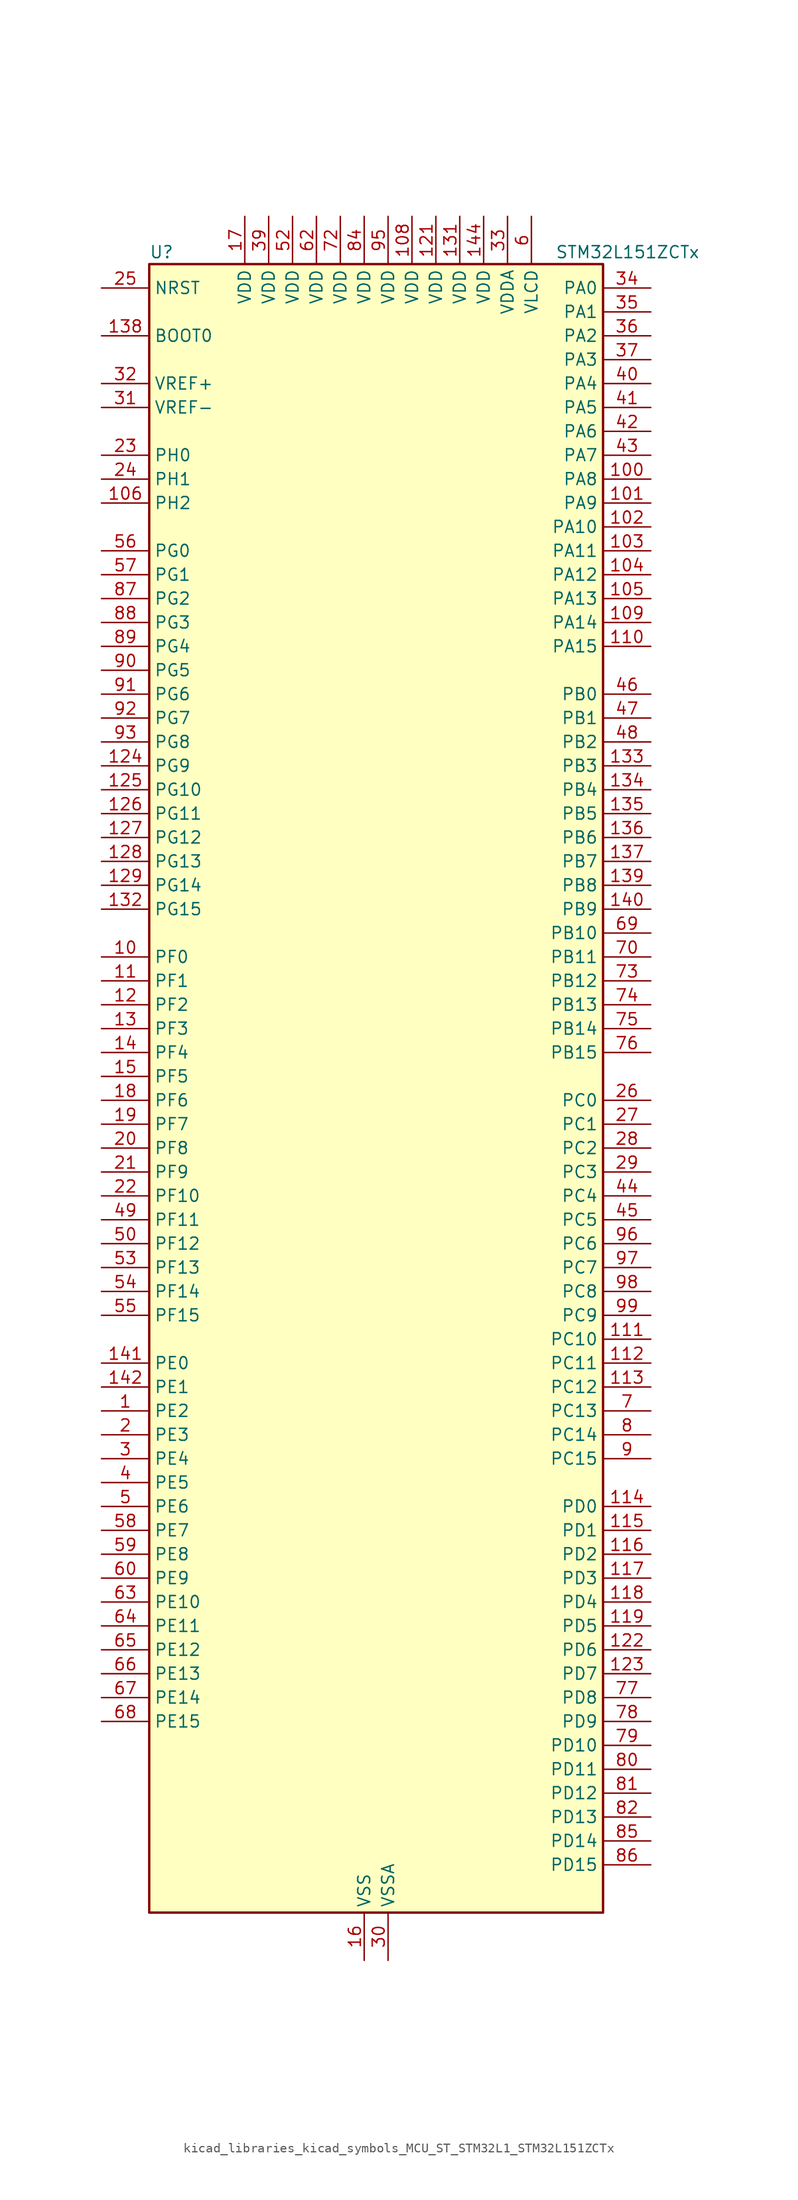
<source format=kicad_sym>
(kicad_symbol_lib
  (version 20220914)
  (generator kicad_symbol_editor)
  (symbol "kicad_libraries_kicad_symbols_MCU_ST_STM32L1_STM32L151ZCTx"
    (property "Reference" "U"
      (at -22.86 90.17 0)
      (effects (font (size 1.27 1.27)) (justify left)))
    (property "Value" "STM32L151ZCTx"
      (at 20.32 90.17 0)
      (effects (font (size 1.27 1.27)) (justify left)))
    (property "ki_locked" ""
      (at 0 0 0)
      (effects (font (size 1.27 1.27))))
    (symbol "kicad_libraries_kicad_symbols_MCU_ST_STM32L1_STM32L151ZCTx_0_1"
      (rectangle (start -22.86 -86.36) (end 25.4 88.9) (stroke (width 0.254) (type default)) (fill (type background))))
    (symbol "kicad_libraries_kicad_symbols_MCU_ST_STM32L1_STM32L151ZCTx_1_1"
      (pin bidirectional line (at -27.94 -33.02 0) (length 5.08) (name "PE2" (effects (font (size 1.27 1.27)))) (number "1" (effects (font (size 1.27 1.27)))) (alternate "SYS_TRACECK" bidirectional line) (alternate "TIM3_ETR" bidirectional line) (alternate "TIMX_IC3" bidirectional line))
      (pin bidirectional line (at -27.94 15.24 0) (length 5.08) (name "PF0" (effects (font (size 1.27 1.27)))) (number "10" (effects (font (size 1.27 1.27)))))
      (pin bidirectional line (at 30.48 66.04 180) (length 5.08) (name "PA8" (effects (font (size 1.27 1.27)))) (number "100" (effects (font (size 1.27 1.27)))) (alternate "RCC_MCO" bidirectional line) (alternate "TIMX_IC1" bidirectional line) (alternate "TS_G4_IO1" bidirectional line) (alternate "USART1_CK" bidirectional line))
      (pin bidirectional line (at 30.48 63.5 180) (length 5.08) (name "PA9" (effects (font (size 1.27 1.27)))) (number "101" (effects (font (size 1.27 1.27)))) (alternate "DAC_EXTI9" bidirectional line) (alternate "TIMX_IC2" bidirectional line) (alternate "TS_G4_IO2" bidirectional line) (alternate "USART1_TX" bidirectional line))
      (pin bidirectional line (at 30.48 60.96 180) (length 5.08) (name "PA10" (effects (font (size 1.27 1.27)))) (number "102" (effects (font (size 1.27 1.27)))) (alternate "TIMX_IC3" bidirectional line) (alternate "TS_G4_IO3" bidirectional line) (alternate "USART1_RX" bidirectional line))
      (pin bidirectional line (at 30.48 58.42 180) (length 5.08) (name "PA11" (effects (font (size 1.27 1.27)))) (number "103" (effects (font (size 1.27 1.27)))) (alternate "ADC_EXTI11" bidirectional line) (alternate "SPI1_MISO" bidirectional line) (alternate "TIMX_IC4" bidirectional line) (alternate "USART1_CTS" bidirectional line) (alternate "USB_DM" bidirectional line))
      (pin bidirectional line (at 30.48 55.88 180) (length 5.08) (name "PA12" (effects (font (size 1.27 1.27)))) (number "104" (effects (font (size 1.27 1.27)))) (alternate "SPI1_MOSI" bidirectional line) (alternate "TIMX_IC1" bidirectional line) (alternate "USART1_RTS" bidirectional line) (alternate "USB_DP" bidirectional line))
      (pin bidirectional line (at 30.48 53.34 180) (length 5.08) (name "PA13" (effects (font (size 1.27 1.27)))) (number "105" (effects (font (size 1.27 1.27)))) (alternate "SYS_JTMS-SWDIO" bidirectional line) (alternate "TIMX_IC2" bidirectional line) (alternate "TS_G5_IO1" bidirectional line))
      (pin bidirectional line (at -27.94 63.5 0) (length 5.08) (name "PH2" (effects (font (size 1.27 1.27)))) (number "106" (effects (font (size 1.27 1.27)))))
      (pin passive line (at 0 -91.44 90) (length 5.08) hide (name "VSS" (effects (font (size 1.27 1.27)))) (number "107" (effects (font (size 1.27 1.27)))))
      (pin power_in line (at 5.08 93.98 270) (length 5.08) (name "VDD" (effects (font (size 1.27 1.27)))) (number "108" (effects (font (size 1.27 1.27)))))
      (pin bidirectional line (at 30.48 50.8 180) (length 5.08) (name "PA14" (effects (font (size 1.27 1.27)))) (number "109" (effects (font (size 1.27 1.27)))) (alternate "SYS_JTCK-SWCLK" bidirectional line) (alternate "TIMX_IC3" bidirectional line) (alternate "TS_G5_IO2" bidirectional line))
      (pin bidirectional line (at -27.94 12.7 0) (length 5.08) (name "PF1" (effects (font (size 1.27 1.27)))) (number "11" (effects (font (size 1.27 1.27)))))
      (pin bidirectional line (at 30.48 48.26 180) (length 5.08) (name "PA15" (effects (font (size 1.27 1.27)))) (number "110" (effects (font (size 1.27 1.27)))) (alternate "ADC_EXTI15" bidirectional line) (alternate "I2S3_WS" bidirectional line) (alternate "SPI1_NSS" bidirectional line) (alternate "SPI3_NSS" bidirectional line) (alternate "SYS_JTDI" bidirectional line) (alternate "TIM2_CH1" bidirectional line) (alternate "TIM2_ETR" bidirectional line) (alternate "TIMX_IC4" bidirectional line) (alternate "TS_G5_IO3" bidirectional line))
      (pin bidirectional line (at 30.48 -25.4 180) (length 5.08) (name "PC10" (effects (font (size 1.27 1.27)))) (number "111" (effects (font (size 1.27 1.27)))) (alternate "I2S3_CK" bidirectional line) (alternate "SPI3_SCK" bidirectional line) (alternate "TIMX_IC3" bidirectional line) (alternate "USART3_TX" bidirectional line))
      (pin bidirectional line (at 30.48 -27.94 180) (length 5.08) (name "PC11" (effects (font (size 1.27 1.27)))) (number "112" (effects (font (size 1.27 1.27)))) (alternate "ADC_EXTI11" bidirectional line) (alternate "SPI3_MISO" bidirectional line) (alternate "TIMX_IC4" bidirectional line) (alternate "USART3_RX" bidirectional line))
      (pin bidirectional line (at 30.48 -30.48 180) (length 5.08) (name "PC12" (effects (font (size 1.27 1.27)))) (number "113" (effects (font (size 1.27 1.27)))) (alternate "I2S3_SD" bidirectional line) (alternate "SPI3_MOSI" bidirectional line) (alternate "TIMX_IC1" bidirectional line) (alternate "USART3_CK" bidirectional line))
      (pin bidirectional line (at 30.48 -43.18 180) (length 5.08) (name "PD0" (effects (font (size 1.27 1.27)))) (number "114" (effects (font (size 1.27 1.27)))) (alternate "I2S2_WS" bidirectional line) (alternate "SPI2_NSS" bidirectional line) (alternate "TIM9_CH1" bidirectional line) (alternate "TIMX_IC1" bidirectional line))
      (pin bidirectional line (at 30.48 -45.72 180) (length 5.08) (name "PD1" (effects (font (size 1.27 1.27)))) (number "115" (effects (font (size 1.27 1.27)))) (alternate "I2S2_CK" bidirectional line) (alternate "SPI2_SCK" bidirectional line) (alternate "TIMX_IC2" bidirectional line))
      (pin bidirectional line (at 30.48 -48.26 180) (length 5.08) (name "PD2" (effects (font (size 1.27 1.27)))) (number "116" (effects (font (size 1.27 1.27)))) (alternate "TIM3_ETR" bidirectional line) (alternate "TIMX_IC3" bidirectional line))
      (pin bidirectional line (at 30.48 -50.8 180) (length 5.08) (name "PD3" (effects (font (size 1.27 1.27)))) (number "117" (effects (font (size 1.27 1.27)))) (alternate "SPI2_MISO" bidirectional line) (alternate "TIMX_IC4" bidirectional line) (alternate "USART2_CTS" bidirectional line))
      (pin bidirectional line (at 30.48 -53.34 180) (length 5.08) (name "PD4" (effects (font (size 1.27 1.27)))) (number "118" (effects (font (size 1.27 1.27)))) (alternate "I2S2_SD" bidirectional line) (alternate "SPI2_MOSI" bidirectional line) (alternate "TIMX_IC1" bidirectional line) (alternate "USART2_RTS" bidirectional line))
      (pin bidirectional line (at 30.48 -55.88 180) (length 5.08) (name "PD5" (effects (font (size 1.27 1.27)))) (number "119" (effects (font (size 1.27 1.27)))) (alternate "TIMX_IC2" bidirectional line) (alternate "USART2_TX" bidirectional line))
      (pin bidirectional line (at -27.94 10.16 0) (length 5.08) (name "PF2" (effects (font (size 1.27 1.27)))) (number "12" (effects (font (size 1.27 1.27)))))
      (pin passive line (at 0 -91.44 90) (length 5.08) hide (name "VSS" (effects (font (size 1.27 1.27)))) (number "120" (effects (font (size 1.27 1.27)))))
      (pin power_in line (at 7.62 93.98 270) (length 5.08) (name "VDD" (effects (font (size 1.27 1.27)))) (number "121" (effects (font (size 1.27 1.27)))))
      (pin bidirectional line (at 30.48 -58.42 180) (length 5.08) (name "PD6" (effects (font (size 1.27 1.27)))) (number "122" (effects (font (size 1.27 1.27)))) (alternate "TIMX_IC3" bidirectional line) (alternate "USART2_RX" bidirectional line))
      (pin bidirectional line (at 30.48 -60.96 180) (length 5.08) (name "PD7" (effects (font (size 1.27 1.27)))) (number "123" (effects (font (size 1.27 1.27)))) (alternate "TIM9_CH2" bidirectional line) (alternate "TIMX_IC4" bidirectional line) (alternate "USART2_CK" bidirectional line))
      (pin bidirectional line (at -27.94 35.56 0) (length 5.08) (name "PG9" (effects (font (size 1.27 1.27)))) (number "124" (effects (font (size 1.27 1.27)))) (alternate "DAC_EXTI9" bidirectional line))
      (pin bidirectional line (at -27.94 33.02 0) (length 5.08) (name "PG10" (effects (font (size 1.27 1.27)))) (number "125" (effects (font (size 1.27 1.27)))))
      (pin bidirectional line (at -27.94 30.48 0) (length 5.08) (name "PG11" (effects (font (size 1.27 1.27)))) (number "126" (effects (font (size 1.27 1.27)))) (alternate "ADC_EXTI11" bidirectional line))
      (pin bidirectional line (at -27.94 27.94 0) (length 5.08) (name "PG12" (effects (font (size 1.27 1.27)))) (number "127" (effects (font (size 1.27 1.27)))))
      (pin bidirectional line (at -27.94 25.4 0) (length 5.08) (name "PG13" (effects (font (size 1.27 1.27)))) (number "128" (effects (font (size 1.27 1.27)))))
      (pin bidirectional line (at -27.94 22.86 0) (length 5.08) (name "PG14" (effects (font (size 1.27 1.27)))) (number "129" (effects (font (size 1.27 1.27)))))
      (pin bidirectional line (at -27.94 7.62 0) (length 5.08) (name "PF3" (effects (font (size 1.27 1.27)))) (number "13" (effects (font (size 1.27 1.27)))))
      (pin passive line (at 0 -91.44 90) (length 5.08) hide (name "VSS" (effects (font (size 1.27 1.27)))) (number "130" (effects (font (size 1.27 1.27)))))
      (pin power_in line (at 10.16 93.98 270) (length 5.08) (name "VDD" (effects (font (size 1.27 1.27)))) (number "131" (effects (font (size 1.27 1.27)))))
      (pin bidirectional line (at -27.94 20.32 0) (length 5.08) (name "PG15" (effects (font (size 1.27 1.27)))) (number "132" (effects (font (size 1.27 1.27)))) (alternate "ADC_EXTI15" bidirectional line))
      (pin bidirectional line (at 30.48 35.56 180) (length 5.08) (name "PB3" (effects (font (size 1.27 1.27)))) (number "133" (effects (font (size 1.27 1.27)))) (alternate "COMP2_INM" bidirectional line) (alternate "I2S3_CK" bidirectional line) (alternate "SPI1_SCK" bidirectional line) (alternate "SPI3_SCK" bidirectional line) (alternate "SYS_JTDO-TRACESWO" bidirectional line) (alternate "TIM2_CH2" bidirectional line))
      (pin bidirectional line (at 30.48 33.02 180) (length 5.08) (name "PB4" (effects (font (size 1.27 1.27)))) (number "134" (effects (font (size 1.27 1.27)))) (alternate "COMP2_INP" bidirectional line) (alternate "SPI1_MISO" bidirectional line) (alternate "SPI3_MISO" bidirectional line) (alternate "SYS_JTRST" bidirectional line) (alternate "TIM3_CH1" bidirectional line) (alternate "TS_G6_IO1" bidirectional line))
      (pin bidirectional line (at 30.48 30.48 180) (length 5.08) (name "PB5" (effects (font (size 1.27 1.27)))) (number "135" (effects (font (size 1.27 1.27)))) (alternate "COMP2_INP" bidirectional line) (alternate "I2C1_SMBA" bidirectional line) (alternate "I2S3_SD" bidirectional line) (alternate "SPI1_MOSI" bidirectional line) (alternate "SPI3_MOSI" bidirectional line) (alternate "TIM3_CH2" bidirectional line) (alternate "TS_G6_IO2" bidirectional line))
      (pin bidirectional line (at 30.48 27.94 180) (length 5.08) (name "PB6" (effects (font (size 1.27 1.27)))) (number "136" (effects (font (size 1.27 1.27)))) (alternate "COMP2_INP" bidirectional line) (alternate "I2C1_SCL" bidirectional line) (alternate "TIM4_CH1" bidirectional line) (alternate "TS_G6_IO3" bidirectional line) (alternate "USART1_TX" bidirectional line))
      (pin bidirectional line (at 30.48 25.4 180) (length 5.08) (name "PB7" (effects (font (size 1.27 1.27)))) (number "137" (effects (font (size 1.27 1.27)))) (alternate "COMP2_INP" bidirectional line) (alternate "I2C1_SDA" bidirectional line) (alternate "SYS_PVD_IN" bidirectional line) (alternate "TIM4_CH2" bidirectional line) (alternate "TS_G6_IO4" bidirectional line) (alternate "USART1_RX" bidirectional line))
      (pin input line (at -27.94 81.28 0) (length 5.08) (name "BOOT0" (effects (font (size 1.27 1.27)))) (number "138" (effects (font (size 1.27 1.27)))))
      (pin bidirectional line (at 30.48 22.86 180) (length 5.08) (name "PB8" (effects (font (size 1.27 1.27)))) (number "139" (effects (font (size 1.27 1.27)))) (alternate "I2C1_SCL" bidirectional line) (alternate "TIM10_CH1" bidirectional line) (alternate "TIM4_CH3" bidirectional line))
      (pin bidirectional line (at -27.94 5.08 0) (length 5.08) (name "PF4" (effects (font (size 1.27 1.27)))) (number "14" (effects (font (size 1.27 1.27)))))
      (pin bidirectional line (at 30.48 20.32 180) (length 5.08) (name "PB9" (effects (font (size 1.27 1.27)))) (number "140" (effects (font (size 1.27 1.27)))) (alternate "DAC_EXTI9" bidirectional line) (alternate "I2C1_SDA" bidirectional line) (alternate "TIM11_CH1" bidirectional line) (alternate "TIM4_CH4" bidirectional line))
      (pin bidirectional line (at -27.94 -27.94 0) (length 5.08) (name "PE0" (effects (font (size 1.27 1.27)))) (number "141" (effects (font (size 1.27 1.27)))) (alternate "TIM10_CH1" bidirectional line) (alternate "TIM4_ETR" bidirectional line) (alternate "TIMX_IC1" bidirectional line))
      (pin bidirectional line (at -27.94 -30.48 0) (length 5.08) (name "PE1" (effects (font (size 1.27 1.27)))) (number "142" (effects (font (size 1.27 1.27)))) (alternate "TIM11_CH1" bidirectional line) (alternate "TIMX_IC2" bidirectional line))
      (pin passive line (at 0 -91.44 90) (length 5.08) hide (name "VSS" (effects (font (size 1.27 1.27)))) (number "143" (effects (font (size 1.27 1.27)))))
      (pin power_in line (at 12.7 93.98 270) (length 5.08) (name "VDD" (effects (font (size 1.27 1.27)))) (number "144" (effects (font (size 1.27 1.27)))))
      (pin bidirectional line (at -27.94 2.54 0) (length 5.08) (name "PF5" (effects (font (size 1.27 1.27)))) (number "15" (effects (font (size 1.27 1.27)))))
      (pin power_in line (at 0 -91.44 90) (length 5.08) (name "VSS" (effects (font (size 1.27 1.27)))) (number "16" (effects (font (size 1.27 1.27)))))
      (pin power_in line (at -12.7 93.98 270) (length 5.08) (name "VDD" (effects (font (size 1.27 1.27)))) (number "17" (effects (font (size 1.27 1.27)))))
      (pin bidirectional line (at -27.94 0 0) (length 5.08) (name "PF6" (effects (font (size 1.27 1.27)))) (number "18" (effects (font (size 1.27 1.27)))) (alternate "ADC_IN27" bidirectional line) (alternate "TIM5_CH1" bidirectional line) (alternate "TIM5_ETR" bidirectional line) (alternate "TS_G11_IO1" bidirectional line))
      (pin bidirectional line (at -27.94 -2.54 0) (length 5.08) (name "PF7" (effects (font (size 1.27 1.27)))) (number "19" (effects (font (size 1.27 1.27)))) (alternate "ADC_IN28" bidirectional line) (alternate "COMP1_INP" bidirectional line) (alternate "TIM5_CH2" bidirectional line) (alternate "TS_G11_IO2" bidirectional line))
      (pin bidirectional line (at -27.94 -35.56 0) (length 5.08) (name "PE3" (effects (font (size 1.27 1.27)))) (number "2" (effects (font (size 1.27 1.27)))) (alternate "SYS_TRACED0" bidirectional line) (alternate "TIM3_CH1" bidirectional line) (alternate "TIMX_IC4" bidirectional line))
      (pin bidirectional line (at -27.94 -5.08 0) (length 5.08) (name "PF8" (effects (font (size 1.27 1.27)))) (number "20" (effects (font (size 1.27 1.27)))) (alternate "ADC_IN29" bidirectional line) (alternate "COMP1_INP" bidirectional line) (alternate "TIM5_CH3" bidirectional line) (alternate "TS_G11_IO3" bidirectional line))
      (pin bidirectional line (at -27.94 -7.62 0) (length 5.08) (name "PF9" (effects (font (size 1.27 1.27)))) (number "21" (effects (font (size 1.27 1.27)))) (alternate "ADC_IN30" bidirectional line) (alternate "COMP1_INP" bidirectional line) (alternate "DAC_EXTI9" bidirectional line) (alternate "TIM5_CH4" bidirectional line) (alternate "TS_G11_IO4" bidirectional line))
      (pin bidirectional line (at -27.94 -10.16 0) (length 5.08) (name "PF10" (effects (font (size 1.27 1.27)))) (number "22" (effects (font (size 1.27 1.27)))) (alternate "ADC_IN31" bidirectional line) (alternate "COMP1_INP" bidirectional line) (alternate "TS_G11_IO5" bidirectional line))
      (pin bidirectional line (at -27.94 68.58 0) (length 5.08) (name "PH0" (effects (font (size 1.27 1.27)))) (number "23" (effects (font (size 1.27 1.27)))) (alternate "RCC_OSC_IN" bidirectional line))
      (pin bidirectional line (at -27.94 66.04 0) (length 5.08) (name "PH1" (effects (font (size 1.27 1.27)))) (number "24" (effects (font (size 1.27 1.27)))) (alternate "RCC_OSC_OUT" bidirectional line))
      (pin input line (at -27.94 86.36 0) (length 5.08) (name "NRST" (effects (font (size 1.27 1.27)))) (number "25" (effects (font (size 1.27 1.27)))))
      (pin bidirectional line (at 30.48 0 180) (length 5.08) (name "PC0" (effects (font (size 1.27 1.27)))) (number "26" (effects (font (size 1.27 1.27)))) (alternate "ADC_IN10" bidirectional line) (alternate "COMP1_INP" bidirectional line) (alternate "TIMX_IC1" bidirectional line) (alternate "TS_G8_IO1" bidirectional line))
      (pin bidirectional line (at 30.48 -2.54 180) (length 5.08) (name "PC1" (effects (font (size 1.27 1.27)))) (number "27" (effects (font (size 1.27 1.27)))) (alternate "ADC_IN11" bidirectional line) (alternate "COMP1_INP" bidirectional line) (alternate "TIMX_IC2" bidirectional line) (alternate "TS_G8_IO2" bidirectional line))
      (pin bidirectional line (at 30.48 -5.08 180) (length 5.08) (name "PC2" (effects (font (size 1.27 1.27)))) (number "28" (effects (font (size 1.27 1.27)))) (alternate "ADC_IN12" bidirectional line) (alternate "COMP1_INP" bidirectional line) (alternate "TIMX_IC3" bidirectional line) (alternate "TS_G8_IO3" bidirectional line))
      (pin bidirectional line (at 30.48 -7.62 180) (length 5.08) (name "PC3" (effects (font (size 1.27 1.27)))) (number "29" (effects (font (size 1.27 1.27)))) (alternate "ADC_IN13" bidirectional line) (alternate "COMP1_INP" bidirectional line) (alternate "TIMX_IC4" bidirectional line) (alternate "TS_G8_IO4" bidirectional line))
      (pin bidirectional line (at -27.94 -38.1 0) (length 5.08) (name "PE4" (effects (font (size 1.27 1.27)))) (number "3" (effects (font (size 1.27 1.27)))) (alternate "SYS_TRACED1" bidirectional line) (alternate "TIM3_CH2" bidirectional line) (alternate "TIMX_IC1" bidirectional line))
      (pin power_in line (at 2.54 -91.44 90) (length 5.08) (name "VSSA" (effects (font (size 1.27 1.27)))) (number "30" (effects (font (size 1.27 1.27)))))
      (pin input line (at -27.94 73.66 0) (length 5.08) (name "VREF-" (effects (font (size 1.27 1.27)))) (number "31" (effects (font (size 1.27 1.27)))))
      (pin input line (at -27.94 76.2 0) (length 5.08) (name "VREF+" (effects (font (size 1.27 1.27)))) (number "32" (effects (font (size 1.27 1.27)))))
      (pin power_in line (at 15.24 93.98 270) (length 5.08) (name "VDDA" (effects (font (size 1.27 1.27)))) (number "33" (effects (font (size 1.27 1.27)))))
      (pin bidirectional line (at 30.48 86.36 180) (length 5.08) (name "PA0" (effects (font (size 1.27 1.27)))) (number "34" (effects (font (size 1.27 1.27)))) (alternate "ADC_IN0" bidirectional line) (alternate "COMP1_INP" bidirectional line) (alternate "RTC_TAMP2" bidirectional line) (alternate "SYS_WKUP1" bidirectional line) (alternate "TIM2_CH1" bidirectional line) (alternate "TIM2_ETR" bidirectional line) (alternate "TIM5_CH1" bidirectional line) (alternate "TIMX_IC1" bidirectional line) (alternate "TS_G1_IO1" bidirectional line) (alternate "USART2_CTS" bidirectional line))
      (pin bidirectional line (at 30.48 83.82 180) (length 5.08) (name "PA1" (effects (font (size 1.27 1.27)))) (number "35" (effects (font (size 1.27 1.27)))) (alternate "ADC_IN1" bidirectional line) (alternate "COMP1_INP" bidirectional line) (alternate "OPAMP1_VINP" bidirectional line) (alternate "TIM2_CH2" bidirectional line) (alternate "TIM5_CH2" bidirectional line) (alternate "TIMX_IC2" bidirectional line) (alternate "TS_G1_IO2" bidirectional line) (alternate "USART2_RTS" bidirectional line))
      (pin bidirectional line (at 30.48 81.28 180) (length 5.08) (name "PA2" (effects (font (size 1.27 1.27)))) (number "36" (effects (font (size 1.27 1.27)))) (alternate "ADC_IN2" bidirectional line) (alternate "COMP1_INP" bidirectional line) (alternate "OPAMP1_VINM" bidirectional line) (alternate "TIM2_CH3" bidirectional line) (alternate "TIM5_CH3" bidirectional line) (alternate "TIM9_CH1" bidirectional line) (alternate "TIMX_IC3" bidirectional line) (alternate "TS_G1_IO3" bidirectional line) (alternate "USART2_TX" bidirectional line))
      (pin bidirectional line (at 30.48 78.74 180) (length 5.08) (name "PA3" (effects (font (size 1.27 1.27)))) (number "37" (effects (font (size 1.27 1.27)))) (alternate "ADC_IN3" bidirectional line) (alternate "COMP1_INP" bidirectional line) (alternate "OPAMP1_VOUT" bidirectional line) (alternate "TIM2_CH4" bidirectional line) (alternate "TIM5_CH4" bidirectional line) (alternate "TIM9_CH2" bidirectional line) (alternate "TIMX_IC4" bidirectional line) (alternate "TS_G1_IO4" bidirectional line) (alternate "USART2_RX" bidirectional line))
      (pin passive line (at 0 -91.44 90) (length 5.08) hide (name "VSS" (effects (font (size 1.27 1.27)))) (number "38" (effects (font (size 1.27 1.27)))))
      (pin power_in line (at -10.16 93.98 270) (length 5.08) (name "VDD" (effects (font (size 1.27 1.27)))) (number "39" (effects (font (size 1.27 1.27)))))
      (pin bidirectional line (at -27.94 -40.64 0) (length 5.08) (name "PE5" (effects (font (size 1.27 1.27)))) (number "4" (effects (font (size 1.27 1.27)))) (alternate "SYS_TRACED2" bidirectional line) (alternate "TIM9_CH1" bidirectional line) (alternate "TIMX_IC2" bidirectional line))
      (pin bidirectional line (at 30.48 76.2 180) (length 5.08) (name "PA4" (effects (font (size 1.27 1.27)))) (number "40" (effects (font (size 1.27 1.27)))) (alternate "ADC_IN4" bidirectional line) (alternate "COMP1_INP" bidirectional line) (alternate "DAC_OUT1" bidirectional line) (alternate "I2S3_WS" bidirectional line) (alternate "SPI1_NSS" bidirectional line) (alternate "SPI3_NSS" bidirectional line) (alternate "TIMX_IC1" bidirectional line) (alternate "USART2_CK" bidirectional line))
      (pin bidirectional line (at 30.48 73.66 180) (length 5.08) (name "PA5" (effects (font (size 1.27 1.27)))) (number "41" (effects (font (size 1.27 1.27)))) (alternate "ADC_IN5" bidirectional line) (alternate "COMP1_INP" bidirectional line) (alternate "DAC_OUT2" bidirectional line) (alternate "SPI1_SCK" bidirectional line) (alternate "TIM2_CH1" bidirectional line) (alternate "TIM2_ETR" bidirectional line) (alternate "TIMX_IC2" bidirectional line))
      (pin bidirectional line (at 30.48 71.12 180) (length 5.08) (name "PA6" (effects (font (size 1.27 1.27)))) (number "42" (effects (font (size 1.27 1.27)))) (alternate "ADC_IN6" bidirectional line) (alternate "COMP1_INP" bidirectional line) (alternate "OPAMP2_VINP" bidirectional line) (alternate "SPI1_MISO" bidirectional line) (alternate "TIM10_CH1" bidirectional line) (alternate "TIM3_CH1" bidirectional line) (alternate "TIMX_IC3" bidirectional line) (alternate "TS_G2_IO1" bidirectional line))
      (pin bidirectional line (at 30.48 68.58 180) (length 5.08) (name "PA7" (effects (font (size 1.27 1.27)))) (number "43" (effects (font (size 1.27 1.27)))) (alternate "ADC_IN7" bidirectional line) (alternate "COMP1_INP" bidirectional line) (alternate "OPAMP2_VINM" bidirectional line) (alternate "SPI1_MOSI" bidirectional line) (alternate "TIM11_CH1" bidirectional line) (alternate "TIM3_CH2" bidirectional line) (alternate "TIMX_IC4" bidirectional line) (alternate "TS_G2_IO2" bidirectional line))
      (pin bidirectional line (at 30.48 -10.16 180) (length 5.08) (name "PC4" (effects (font (size 1.27 1.27)))) (number "44" (effects (font (size 1.27 1.27)))) (alternate "ADC_IN14" bidirectional line) (alternate "COMP1_INP" bidirectional line) (alternate "TIMX_IC1" bidirectional line) (alternate "TS_G9_IO1" bidirectional line))
      (pin bidirectional line (at 30.48 -12.7 180) (length 5.08) (name "PC5" (effects (font (size 1.27 1.27)))) (number "45" (effects (font (size 1.27 1.27)))) (alternate "ADC_IN15" bidirectional line) (alternate "COMP1_INP" bidirectional line) (alternate "TIMX_IC2" bidirectional line) (alternate "TS_G9_IO2" bidirectional line))
      (pin bidirectional line (at 30.48 43.18 180) (length 5.08) (name "PB0" (effects (font (size 1.27 1.27)))) (number "46" (effects (font (size 1.27 1.27)))) (alternate "ADC_IN8" bidirectional line) (alternate "COMP1_INP" bidirectional line) (alternate "OPAMP2_VOUT" bidirectional line) (alternate "SYS_V_REF_OUT" bidirectional line) (alternate "TIM3_CH3" bidirectional line) (alternate "TS_G3_IO1" bidirectional line))
      (pin bidirectional line (at 30.48 40.64 180) (length 5.08) (name "PB1" (effects (font (size 1.27 1.27)))) (number "47" (effects (font (size 1.27 1.27)))) (alternate "ADC_IN9" bidirectional line) (alternate "COMP1_INP" bidirectional line) (alternate "SYS_V_REF_OUT" bidirectional line) (alternate "TIM3_CH4" bidirectional line) (alternate "TS_G3_IO2" bidirectional line))
      (pin bidirectional line (at 30.48 38.1 180) (length 5.08) (name "PB2" (effects (font (size 1.27 1.27)))) (number "48" (effects (font (size 1.27 1.27)))) (alternate "ADC_IN0b" bidirectional line) (alternate "TS_G3_IO3" bidirectional line))
      (pin bidirectional line (at -27.94 -12.7 0) (length 5.08) (name "PF11" (effects (font (size 1.27 1.27)))) (number "49" (effects (font (size 1.27 1.27)))) (alternate "ADC_EXTI11" bidirectional line) (alternate "ADC_IN1b" bidirectional line) (alternate "TS_G3_IO4" bidirectional line))
      (pin bidirectional line (at -27.94 -43.18 0) (length 5.08) (name "PE6" (effects (font (size 1.27 1.27)))) (number "5" (effects (font (size 1.27 1.27)))) (alternate "RTC_TAMP3" bidirectional line) (alternate "SYS_TRACED3" bidirectional line) (alternate "SYS_WKUP3" bidirectional line) (alternate "TIM9_CH2" bidirectional line) (alternate "TIMX_IC3" bidirectional line))
      (pin bidirectional line (at -27.94 -15.24 0) (length 5.08) (name "PF12" (effects (font (size 1.27 1.27)))) (number "50" (effects (font (size 1.27 1.27)))) (alternate "ADC_IN2b" bidirectional line) (alternate "TS_G3_IO5" bidirectional line))
      (pin passive line (at 0 -91.44 90) (length 5.08) hide (name "VSS" (effects (font (size 1.27 1.27)))) (number "51" (effects (font (size 1.27 1.27)))))
      (pin power_in line (at -7.62 93.98 270) (length 5.08) (name "VDD" (effects (font (size 1.27 1.27)))) (number "52" (effects (font (size 1.27 1.27)))))
      (pin bidirectional line (at -27.94 -17.78 0) (length 5.08) (name "PF13" (effects (font (size 1.27 1.27)))) (number "53" (effects (font (size 1.27 1.27)))) (alternate "ADC_IN3b" bidirectional line) (alternate "TS_G9_IO3" bidirectional line))
      (pin bidirectional line (at -27.94 -20.32 0) (length 5.08) (name "PF14" (effects (font (size 1.27 1.27)))) (number "54" (effects (font (size 1.27 1.27)))) (alternate "ADC_IN6b" bidirectional line) (alternate "TS_G9_IO4" bidirectional line))
      (pin bidirectional line (at -27.94 -22.86 0) (length 5.08) (name "PF15" (effects (font (size 1.27 1.27)))) (number "55" (effects (font (size 1.27 1.27)))) (alternate "ADC_EXTI15" bidirectional line) (alternate "ADC_IN7b" bidirectional line) (alternate "TS_G2_IO3" bidirectional line))
      (pin bidirectional line (at -27.94 58.42 0) (length 5.08) (name "PG0" (effects (font (size 1.27 1.27)))) (number "56" (effects (font (size 1.27 1.27)))) (alternate "ADC_IN8b" bidirectional line) (alternate "TS_G2_IO4" bidirectional line))
      (pin bidirectional line (at -27.94 55.88 0) (length 5.08) (name "PG1" (effects (font (size 1.27 1.27)))) (number "57" (effects (font (size 1.27 1.27)))) (alternate "ADC_IN9b" bidirectional line) (alternate "TS_G2_IO5" bidirectional line))
      (pin bidirectional line (at -27.94 -45.72 0) (length 5.08) (name "PE7" (effects (font (size 1.27 1.27)))) (number "58" (effects (font (size 1.27 1.27)))) (alternate "ADC_IN22" bidirectional line) (alternate "COMP1_INP" bidirectional line) (alternate "TIMX_IC4" bidirectional line))
      (pin bidirectional line (at -27.94 -48.26 0) (length 5.08) (name "PE8" (effects (font (size 1.27 1.27)))) (number "59" (effects (font (size 1.27 1.27)))) (alternate "ADC_IN23" bidirectional line) (alternate "COMP1_INP" bidirectional line) (alternate "TIMX_IC1" bidirectional line))
      (pin power_in line (at 17.78 93.98 270) (length 5.08) (name "VLCD" (effects (font (size 1.27 1.27)))) (number "6" (effects (font (size 1.27 1.27)))))
      (pin bidirectional line (at -27.94 -50.8 0) (length 5.08) (name "PE9" (effects (font (size 1.27 1.27)))) (number "60" (effects (font (size 1.27 1.27)))) (alternate "ADC_IN24" bidirectional line) (alternate "COMP1_INP" bidirectional line) (alternate "DAC_EXTI9" bidirectional line) (alternate "TIM2_CH1" bidirectional line) (alternate "TIM2_ETR" bidirectional line) (alternate "TIMX_IC2" bidirectional line))
      (pin passive line (at 0 -91.44 90) (length 5.08) hide (name "VSS" (effects (font (size 1.27 1.27)))) (number "61" (effects (font (size 1.27 1.27)))))
      (pin power_in line (at -5.08 93.98 270) (length 5.08) (name "VDD" (effects (font (size 1.27 1.27)))) (number "62" (effects (font (size 1.27 1.27)))))
      (pin bidirectional line (at -27.94 -53.34 0) (length 5.08) (name "PE10" (effects (font (size 1.27 1.27)))) (number "63" (effects (font (size 1.27 1.27)))) (alternate "ADC_IN25" bidirectional line) (alternate "COMP1_INP" bidirectional line) (alternate "TIM2_CH2" bidirectional line) (alternate "TIMX_IC3" bidirectional line))
      (pin bidirectional line (at -27.94 -55.88 0) (length 5.08) (name "PE11" (effects (font (size 1.27 1.27)))) (number "64" (effects (font (size 1.27 1.27)))) (alternate "ADC_EXTI11" bidirectional line) (alternate "TIM2_CH3" bidirectional line) (alternate "TIMX_IC4" bidirectional line))
      (pin bidirectional line (at -27.94 -58.42 0) (length 5.08) (name "PE12" (effects (font (size 1.27 1.27)))) (number "65" (effects (font (size 1.27 1.27)))) (alternate "SPI1_NSS" bidirectional line) (alternate "TIM2_CH4" bidirectional line) (alternate "TIMX_IC1" bidirectional line))
      (pin bidirectional line (at -27.94 -60.96 0) (length 5.08) (name "PE13" (effects (font (size 1.27 1.27)))) (number "66" (effects (font (size 1.27 1.27)))) (alternate "SPI1_SCK" bidirectional line) (alternate "TIMX_IC2" bidirectional line))
      (pin bidirectional line (at -27.94 -63.5 0) (length 5.08) (name "PE14" (effects (font (size 1.27 1.27)))) (number "67" (effects (font (size 1.27 1.27)))) (alternate "SPI1_MISO" bidirectional line) (alternate "TIMX_IC3" bidirectional line))
      (pin bidirectional line (at -27.94 -66.04 0) (length 5.08) (name "PE15" (effects (font (size 1.27 1.27)))) (number "68" (effects (font (size 1.27 1.27)))) (alternate "ADC_EXTI15" bidirectional line) (alternate "SPI1_MOSI" bidirectional line) (alternate "TIMX_IC4" bidirectional line))
      (pin bidirectional line (at 30.48 17.78 180) (length 5.08) (name "PB10" (effects (font (size 1.27 1.27)))) (number "69" (effects (font (size 1.27 1.27)))) (alternate "I2C2_SCL" bidirectional line) (alternate "TIM2_CH3" bidirectional line) (alternate "USART3_TX" bidirectional line))
      (pin bidirectional line (at 30.48 -33.02 180) (length 5.08) (name "PC13" (effects (font (size 1.27 1.27)))) (number "7" (effects (font (size 1.27 1.27)))) (alternate "RTC_OUT_ALARM" bidirectional line) (alternate "RTC_OUT_CALIB" bidirectional line) (alternate "RTC_TAMP1" bidirectional line) (alternate "RTC_TS" bidirectional line) (alternate "SYS_WKUP2" bidirectional line) (alternate "TIMX_IC2" bidirectional line))
      (pin bidirectional line (at 30.48 15.24 180) (length 5.08) (name "PB11" (effects (font (size 1.27 1.27)))) (number "70" (effects (font (size 1.27 1.27)))) (alternate "ADC_EXTI11" bidirectional line) (alternate "I2C2_SDA" bidirectional line) (alternate "TIM2_CH4" bidirectional line) (alternate "USART3_RX" bidirectional line))
      (pin passive line (at 0 -91.44 90) (length 5.08) hide (name "VSS" (effects (font (size 1.27 1.27)))) (number "71" (effects (font (size 1.27 1.27)))))
      (pin power_in line (at -2.54 93.98 270) (length 5.08) (name "VDD" (effects (font (size 1.27 1.27)))) (number "72" (effects (font (size 1.27 1.27)))))
      (pin bidirectional line (at 30.48 12.7 180) (length 5.08) (name "PB12" (effects (font (size 1.27 1.27)))) (number "73" (effects (font (size 1.27 1.27)))) (alternate "ADC_IN18" bidirectional line) (alternate "COMP1_INP" bidirectional line) (alternate "I2C2_SMBA" bidirectional line) (alternate "I2S2_WS" bidirectional line) (alternate "SPI2_NSS" bidirectional line) (alternate "TIM10_CH1" bidirectional line) (alternate "TS_G7_IO1" bidirectional line) (alternate "USART3_CK" bidirectional line))
      (pin bidirectional line (at 30.48 10.16 180) (length 5.08) (name "PB13" (effects (font (size 1.27 1.27)))) (number "74" (effects (font (size 1.27 1.27)))) (alternate "ADC_IN19" bidirectional line) (alternate "COMP1_INP" bidirectional line) (alternate "I2S2_CK" bidirectional line) (alternate "SPI2_SCK" bidirectional line) (alternate "TIM9_CH1" bidirectional line) (alternate "TS_G7_IO2" bidirectional line) (alternate "USART3_CTS" bidirectional line))
      (pin bidirectional line (at 30.48 7.62 180) (length 5.08) (name "PB14" (effects (font (size 1.27 1.27)))) (number "75" (effects (font (size 1.27 1.27)))) (alternate "ADC_IN20" bidirectional line) (alternate "COMP1_INP" bidirectional line) (alternate "SPI2_MISO" bidirectional line) (alternate "TIM9_CH2" bidirectional line) (alternate "TS_G7_IO3" bidirectional line) (alternate "USART3_RTS" bidirectional line))
      (pin bidirectional line (at 30.48 5.08 180) (length 5.08) (name "PB15" (effects (font (size 1.27 1.27)))) (number "76" (effects (font (size 1.27 1.27)))) (alternate "ADC_EXTI15" bidirectional line) (alternate "ADC_IN21" bidirectional line) (alternate "COMP1_INP" bidirectional line) (alternate "I2S2_SD" bidirectional line) (alternate "RTC_REFIN" bidirectional line) (alternate "SPI2_MOSI" bidirectional line) (alternate "TIM11_CH1" bidirectional line) (alternate "TS_G7_IO4" bidirectional line))
      (pin bidirectional line (at 30.48 -63.5 180) (length 5.08) (name "PD8" (effects (font (size 1.27 1.27)))) (number "77" (effects (font (size 1.27 1.27)))) (alternate "TIMX_IC1" bidirectional line) (alternate "USART3_TX" bidirectional line))
      (pin bidirectional line (at 30.48 -66.04 180) (length 5.08) (name "PD9" (effects (font (size 1.27 1.27)))) (number "78" (effects (font (size 1.27 1.27)))) (alternate "DAC_EXTI9" bidirectional line) (alternate "TIMX_IC2" bidirectional line) (alternate "USART3_RX" bidirectional line))
      (pin bidirectional line (at 30.48 -68.58 180) (length 5.08) (name "PD10" (effects (font (size 1.27 1.27)))) (number "79" (effects (font (size 1.27 1.27)))) (alternate "TIMX_IC3" bidirectional line) (alternate "USART3_CK" bidirectional line))
      (pin bidirectional line (at 30.48 -35.56 180) (length 5.08) (name "PC14" (effects (font (size 1.27 1.27)))) (number "8" (effects (font (size 1.27 1.27)))) (alternate "RCC_OSC32_IN" bidirectional line) (alternate "TIMX_IC3" bidirectional line))
      (pin bidirectional line (at 30.48 -71.12 180) (length 5.08) (name "PD11" (effects (font (size 1.27 1.27)))) (number "80" (effects (font (size 1.27 1.27)))) (alternate "ADC_EXTI11" bidirectional line) (alternate "TIMX_IC4" bidirectional line) (alternate "USART3_CTS" bidirectional line))
      (pin bidirectional line (at 30.48 -73.66 180) (length 5.08) (name "PD12" (effects (font (size 1.27 1.27)))) (number "81" (effects (font (size 1.27 1.27)))) (alternate "TIM4_CH1" bidirectional line) (alternate "TIMX_IC1" bidirectional line) (alternate "USART3_RTS" bidirectional line))
      (pin bidirectional line (at 30.48 -76.2 180) (length 5.08) (name "PD13" (effects (font (size 1.27 1.27)))) (number "82" (effects (font (size 1.27 1.27)))) (alternate "TIM4_CH2" bidirectional line) (alternate "TIMX_IC2" bidirectional line))
      (pin passive line (at 0 -91.44 90) (length 5.08) hide (name "VSS" (effects (font (size 1.27 1.27)))) (number "83" (effects (font (size 1.27 1.27)))))
      (pin power_in line (at 0 93.98 270) (length 5.08) (name "VDD" (effects (font (size 1.27 1.27)))) (number "84" (effects (font (size 1.27 1.27)))))
      (pin bidirectional line (at 30.48 -78.74 180) (length 5.08) (name "PD14" (effects (font (size 1.27 1.27)))) (number "85" (effects (font (size 1.27 1.27)))) (alternate "TIM4_CH3" bidirectional line) (alternate "TIMX_IC3" bidirectional line))
      (pin bidirectional line (at 30.48 -81.28 180) (length 5.08) (name "PD15" (effects (font (size 1.27 1.27)))) (number "86" (effects (font (size 1.27 1.27)))) (alternate "ADC_EXTI15" bidirectional line) (alternate "TIM4_CH4" bidirectional line) (alternate "TIMX_IC4" bidirectional line))
      (pin bidirectional line (at -27.94 53.34 0) (length 5.08) (name "PG2" (effects (font (size 1.27 1.27)))) (number "87" (effects (font (size 1.27 1.27)))) (alternate "ADC_IN10b" bidirectional line) (alternate "TS_G7_IO5" bidirectional line))
      (pin bidirectional line (at -27.94 50.8 0) (length 5.08) (name "PG3" (effects (font (size 1.27 1.27)))) (number "88" (effects (font (size 1.27 1.27)))) (alternate "ADC_IN11b" bidirectional line) (alternate "TS_G7_IO6" bidirectional line))
      (pin bidirectional line (at -27.94 48.26 0) (length 5.08) (name "PG4" (effects (font (size 1.27 1.27)))) (number "89" (effects (font (size 1.27 1.27)))) (alternate "ADC_IN12b" bidirectional line) (alternate "TS_G7_IO7" bidirectional line))
      (pin bidirectional line (at 30.48 -38.1 180) (length 5.08) (name "PC15" (effects (font (size 1.27 1.27)))) (number "9" (effects (font (size 1.27 1.27)))) (alternate "ADC_EXTI15" bidirectional line) (alternate "RCC_OSC32_OUT" bidirectional line) (alternate "TIMX_IC4" bidirectional line))
      (pin bidirectional line (at -27.94 45.72 0) (length 5.08) (name "PG5" (effects (font (size 1.27 1.27)))) (number "90" (effects (font (size 1.27 1.27)))))
      (pin bidirectional line (at -27.94 43.18 0) (length 5.08) (name "PG6" (effects (font (size 1.27 1.27)))) (number "91" (effects (font (size 1.27 1.27)))))
      (pin bidirectional line (at -27.94 40.64 0) (length 5.08) (name "PG7" (effects (font (size 1.27 1.27)))) (number "92" (effects (font (size 1.27 1.27)))))
      (pin bidirectional line (at -27.94 38.1 0) (length 5.08) (name "PG8" (effects (font (size 1.27 1.27)))) (number "93" (effects (font (size 1.27 1.27)))))
      (pin passive line (at 0 -91.44 90) (length 5.08) hide (name "VSS" (effects (font (size 1.27 1.27)))) (number "94" (effects (font (size 1.27 1.27)))))
      (pin power_in line (at 2.54 93.98 270) (length 5.08) (name "VDD" (effects (font (size 1.27 1.27)))) (number "95" (effects (font (size 1.27 1.27)))))
      (pin bidirectional line (at 30.48 -15.24 180) (length 5.08) (name "PC6" (effects (font (size 1.27 1.27)))) (number "96" (effects (font (size 1.27 1.27)))) (alternate "I2S2_MCK" bidirectional line) (alternate "TIM3_CH1" bidirectional line) (alternate "TIMX_IC3" bidirectional line) (alternate "TS_G10_IO1" bidirectional line))
      (pin bidirectional line (at 30.48 -17.78 180) (length 5.08) (name "PC7" (effects (font (size 1.27 1.27)))) (number "97" (effects (font (size 1.27 1.27)))) (alternate "I2S3_MCK" bidirectional line) (alternate "TIM3_CH2" bidirectional line) (alternate "TIMX_IC4" bidirectional line) (alternate "TS_G10_IO2" bidirectional line))
      (pin bidirectional line (at 30.48 -20.32 180) (length 5.08) (name "PC8" (effects (font (size 1.27 1.27)))) (number "98" (effects (font (size 1.27 1.27)))) (alternate "TIM3_CH3" bidirectional line) (alternate "TIMX_IC1" bidirectional line) (alternate "TS_G10_IO3" bidirectional line))
      (pin bidirectional line (at 30.48 -22.86 180) (length 5.08) (name "PC9" (effects (font (size 1.27 1.27)))) (number "99" (effects (font (size 1.27 1.27)))) (alternate "DAC_EXTI9" bidirectional line) (alternate "TIM3_CH4" bidirectional line) (alternate "TIMX_IC2" bidirectional line) (alternate "TS_G10_IO4" bidirectional line)))))
</source>
